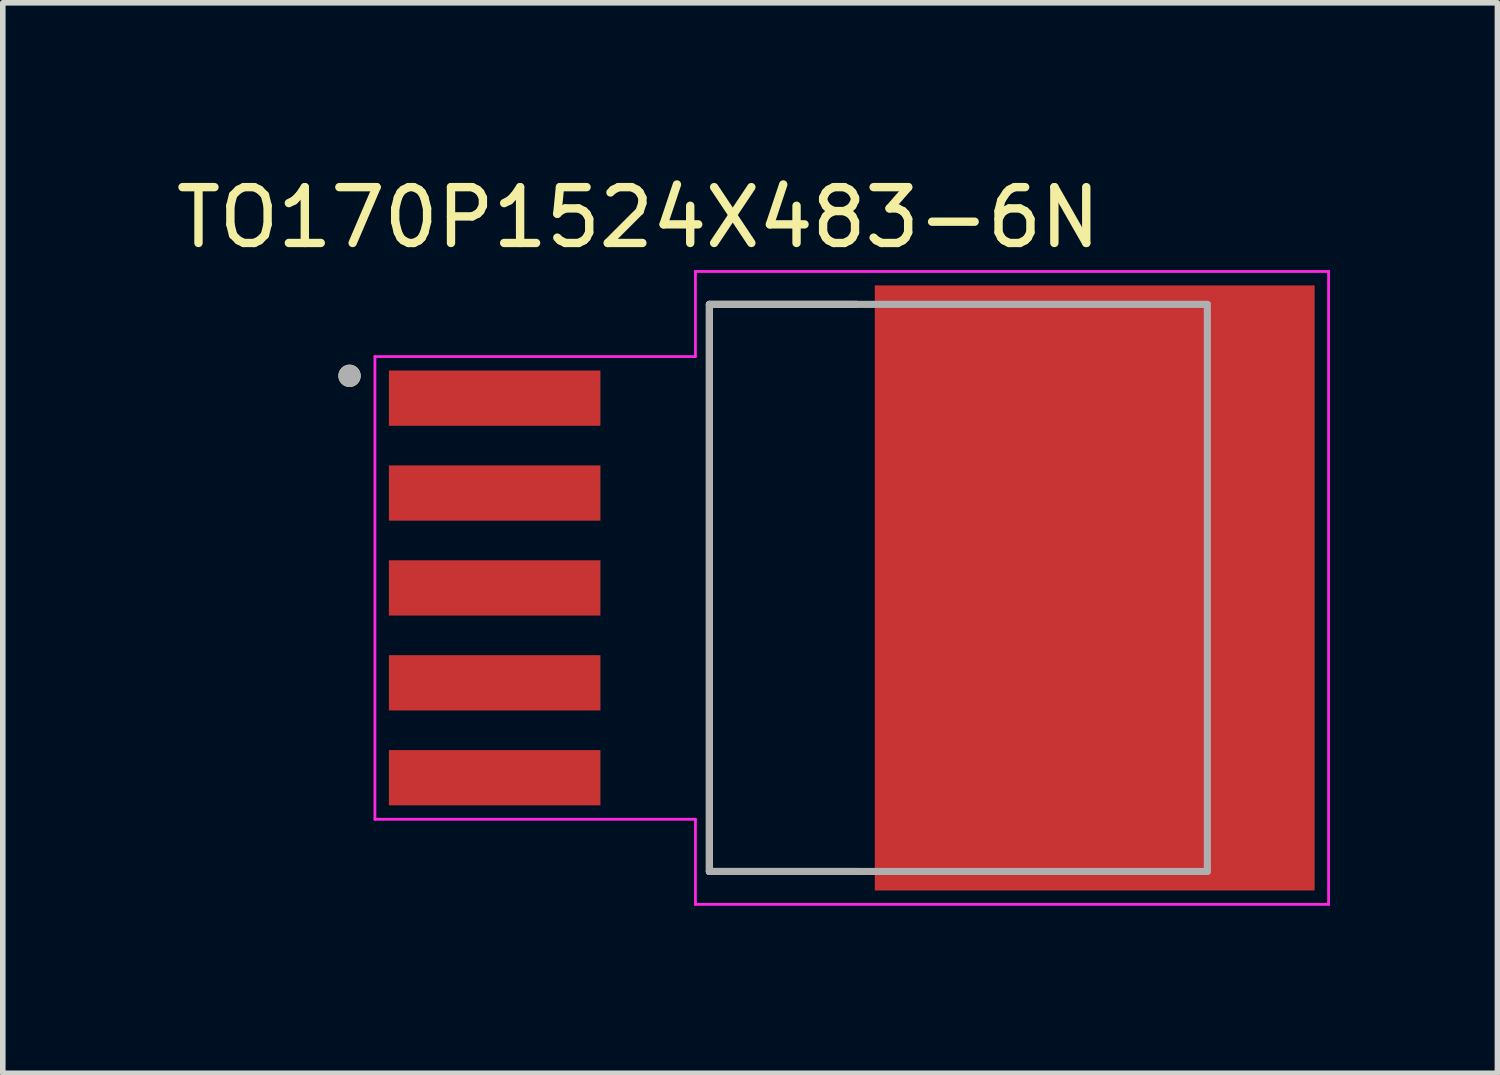
<source format=kicad_pcb>
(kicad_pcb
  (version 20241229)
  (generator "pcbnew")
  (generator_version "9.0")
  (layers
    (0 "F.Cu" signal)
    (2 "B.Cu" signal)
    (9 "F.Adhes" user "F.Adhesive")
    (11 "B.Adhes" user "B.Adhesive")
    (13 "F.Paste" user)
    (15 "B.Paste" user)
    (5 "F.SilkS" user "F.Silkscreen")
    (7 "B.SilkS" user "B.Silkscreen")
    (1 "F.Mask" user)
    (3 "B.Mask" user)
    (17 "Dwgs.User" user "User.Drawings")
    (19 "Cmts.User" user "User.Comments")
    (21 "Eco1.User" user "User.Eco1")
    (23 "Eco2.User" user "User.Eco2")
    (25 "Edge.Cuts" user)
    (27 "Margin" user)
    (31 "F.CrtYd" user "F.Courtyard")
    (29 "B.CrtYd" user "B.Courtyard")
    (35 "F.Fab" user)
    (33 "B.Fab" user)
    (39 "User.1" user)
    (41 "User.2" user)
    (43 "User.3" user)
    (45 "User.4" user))
  (footprint "TO170P1524X483-6N"
    (layer "F.Cu")
    (at 12.212 7.483)
    (property "Reference" "TO170P1524X483-6N" (at -3.825 -6.635 0) (layer "F.SilkS") (effects (font (size 1 1) (thickness 0.15))))
    (attr through_hole)
    (fp_line (start -2.553 -5.08) (end 0.09 -5.08) (stroke (width 0.127) (type solid)) (layer "F.SilkS"))
    (fp_line (start -2.553 5.08) (end -2.553 -5.08) (stroke (width 0.127) (type solid)) (layer "F.SilkS"))
    (fp_line (start 0.09 5.08) (end -2.553 5.08) (stroke (width 0.127) (type solid)) (layer "F.SilkS"))
    (fp_circle (center -9 -3.8) (end -8.9 -3.8) (stroke (width 0.2) (type solid)) (fill no) (layer "F.SilkS"))
    (fp_poly (pts (xy 0.96 -5.15) (xy 2.48 -5.15) (xy 2.48 -3.9) (xy 0.96 -3.9)) (stroke (width 0.01) (type solid)) (fill yes) (layer "F.Paste"))
    (fp_poly (pts (xy 0.96 -3.34) (xy 2.48 -3.34) (xy 2.48 -2.09) (xy 0.96 -2.09)) (stroke (width 0.01) (type solid)) (fill yes) (layer "F.Paste"))
    (fp_poly (pts (xy 0.96 -1.53) (xy 2.48 -1.53) (xy 2.48 -0.28) (xy 0.96 -0.28)) (stroke (width 0.01) (type solid)) (fill yes) (layer "F.Paste"))
    (fp_poly (pts (xy 0.96 0.28) (xy 2.48 0.28) (xy 2.48 1.53) (xy 0.96 1.53)) (stroke (width 0.01) (type solid)) (fill yes) (layer "F.Paste"))
    (fp_poly (pts (xy 0.96 2.09) (xy 2.48 2.09) (xy 2.48 3.34) (xy 0.96 3.34)) (stroke (width 0.01) (type solid)) (fill yes) (layer "F.Paste"))
    (fp_poly (pts (xy 0.96 3.9) (xy 2.48 3.9) (xy 2.48 5.15) (xy 0.96 5.15)) (stroke (width 0.01) (type solid)) (fill yes) (layer "F.Paste"))
    (fp_poly (pts (xy 3.59 -5.15) (xy 5.11 -5.15) (xy 5.11 -3.9) (xy 3.59 -3.9)) (stroke (width 0.01) (type solid)) (fill yes) (layer "F.Paste"))
    (fp_poly (pts (xy 3.59 -3.34) (xy 5.11 -3.34) (xy 5.11 -2.09) (xy 3.59 -2.09)) (stroke (width 0.01) (type solid)) (fill yes) (layer "F.Paste"))
    (fp_poly (pts (xy 3.59 -1.53) (xy 5.11 -1.53) (xy 5.11 -0.28) (xy 3.59 -0.28)) (stroke (width 0.01) (type solid)) (fill yes) (layer "F.Paste"))
    (fp_poly (pts (xy 3.59 0.28) (xy 5.11 0.28) (xy 5.11 1.53) (xy 3.59 1.53)) (stroke (width 0.01) (type solid)) (fill yes) (layer "F.Paste"))
    (fp_poly (pts (xy 3.59 2.09) (xy 5.11 2.09) (xy 5.11 3.34) (xy 3.59 3.34)) (stroke (width 0.01) (type solid)) (fill yes) (layer "F.Paste"))
    (fp_poly (pts (xy 3.59 3.9) (xy 5.11 3.9) (xy 5.11 5.15) (xy 3.59 5.15)) (stroke (width 0.01) (type solid)) (fill yes) (layer "F.Paste"))
    (fp_poly (pts (xy 6.22 -5.15) (xy 7.74 -5.15) (xy 7.74 -3.9) (xy 6.22 -3.9)) (stroke (width 0.01) (type solid)) (fill yes) (layer "F.Paste"))
    (fp_poly (pts (xy 6.22 -3.34) (xy 7.74 -3.34) (xy 7.74 -2.09) (xy 6.22 -2.09)) (stroke (width 0.01) (type solid)) (fill yes) (layer "F.Paste"))
    (fp_poly (pts (xy 6.22 -1.53) (xy 7.74 -1.53) (xy 7.74 -0.28) (xy 6.22 -0.28)) (stroke (width 0.01) (type solid)) (fill yes) (layer "F.Paste"))
    (fp_poly (pts (xy 6.22 0.28) (xy 7.74 0.28) (xy 7.74 1.53) (xy 6.22 1.53)) (stroke (width 0.01) (type solid)) (fill yes) (layer "F.Paste"))
    (fp_poly (pts (xy 6.22 2.09) (xy 7.74 2.09) (xy 7.74 3.34) (xy 6.22 3.34)) (stroke (width 0.01) (type solid)) (fill yes) (layer "F.Paste"))
    (fp_poly (pts (xy 6.22 3.9) (xy 7.74 3.9) (xy 7.74 5.15) (xy 6.22 5.15)) (stroke (width 0.01) (type solid)) (fill yes) (layer "F.Paste"))
    (fp_line (start -8.545 -4.145) (end -8.545 4.145) (stroke (width 0.05) (type solid)) (layer "F.CrtYd"))
    (fp_line (start -8.545 4.145) (end -2.803 4.145) (stroke (width 0.05) (type solid)) (layer "F.CrtYd"))
    (fp_line (start -2.803 -5.67) (end -2.803 -4.145) (stroke (width 0.05) (type solid)) (layer "F.CrtYd"))
    (fp_line (start -2.803 -4.145) (end -8.545 -4.145) (stroke (width 0.05) (type solid)) (layer "F.CrtYd"))
    (fp_line (start -2.803 4.145) (end -2.803 5.67) (stroke (width 0.05) (type solid)) (layer "F.CrtYd"))
    (fp_line (start -2.803 5.67) (end 8.54 5.67) (stroke (width 0.05) (type solid)) (layer "F.CrtYd"))
    (fp_line (start 8.54 -5.67) (end -2.803 -5.67) (stroke (width 0.05) (type solid)) (layer "F.CrtYd"))
    (fp_line (start 8.54 5.67) (end 8.54 -5.67) (stroke (width 0.05) (type solid)) (layer "F.CrtYd"))
    (fp_line (start -2.553 -5.08) (end 6.368 -5.08) (stroke (width 0.127) (type solid)) (layer "F.Fab"))
    (fp_line (start -2.553 5.08) (end -2.553 -5.08) (stroke (width 0.127) (type solid)) (layer "F.Fab"))
    (fp_line (start 6.368 -5.08) (end 6.368 5.08) (stroke (width 0.127) (type solid)) (layer "F.Fab"))
    (fp_line (start 6.368 5.08) (end -2.553 5.08) (stroke (width 0.127) (type solid)) (layer "F.Fab"))
    (fp_circle (center -9 -3.8) (end -8.9 -3.8) (stroke (width 0.2) (type solid)) (fill no) (layer "F.Fab"))
    (pad "1" smd rect (at -6.4 -3.4) (size 3.79 0.99) (layers "F.Cu" "F.Mask" "F.Paste"))
    (pad "2" smd rect (at -6.4 -1.7) (size 3.79 0.99) (layers "F.Cu" "F.Mask" "F.Paste"))
    (pad "3" smd rect (at -6.4 0) (size 3.79 0.99) (layers "F.Cu" "F.Mask" "F.Paste"))
    (pad "4" smd rect (at -6.4 1.7) (size 3.79 0.99) (layers "F.Cu" "F.Mask" "F.Paste"))
    (pad "5" smd rect (at -6.4 3.4) (size 3.79 0.99) (layers "F.Cu" "F.Mask" "F.Paste"))
    (pad "6" smd rect (at 4.35 0) (size 7.88 10.84) (layers "F.Cu" "F.Mask")))
  (gr_rect
    (start -3 -3)
    (end 23.777 16.178)
    (stroke (width 0.1) (type default))
    (fill no)
    (layer "Edge.Cuts")))
</source>
